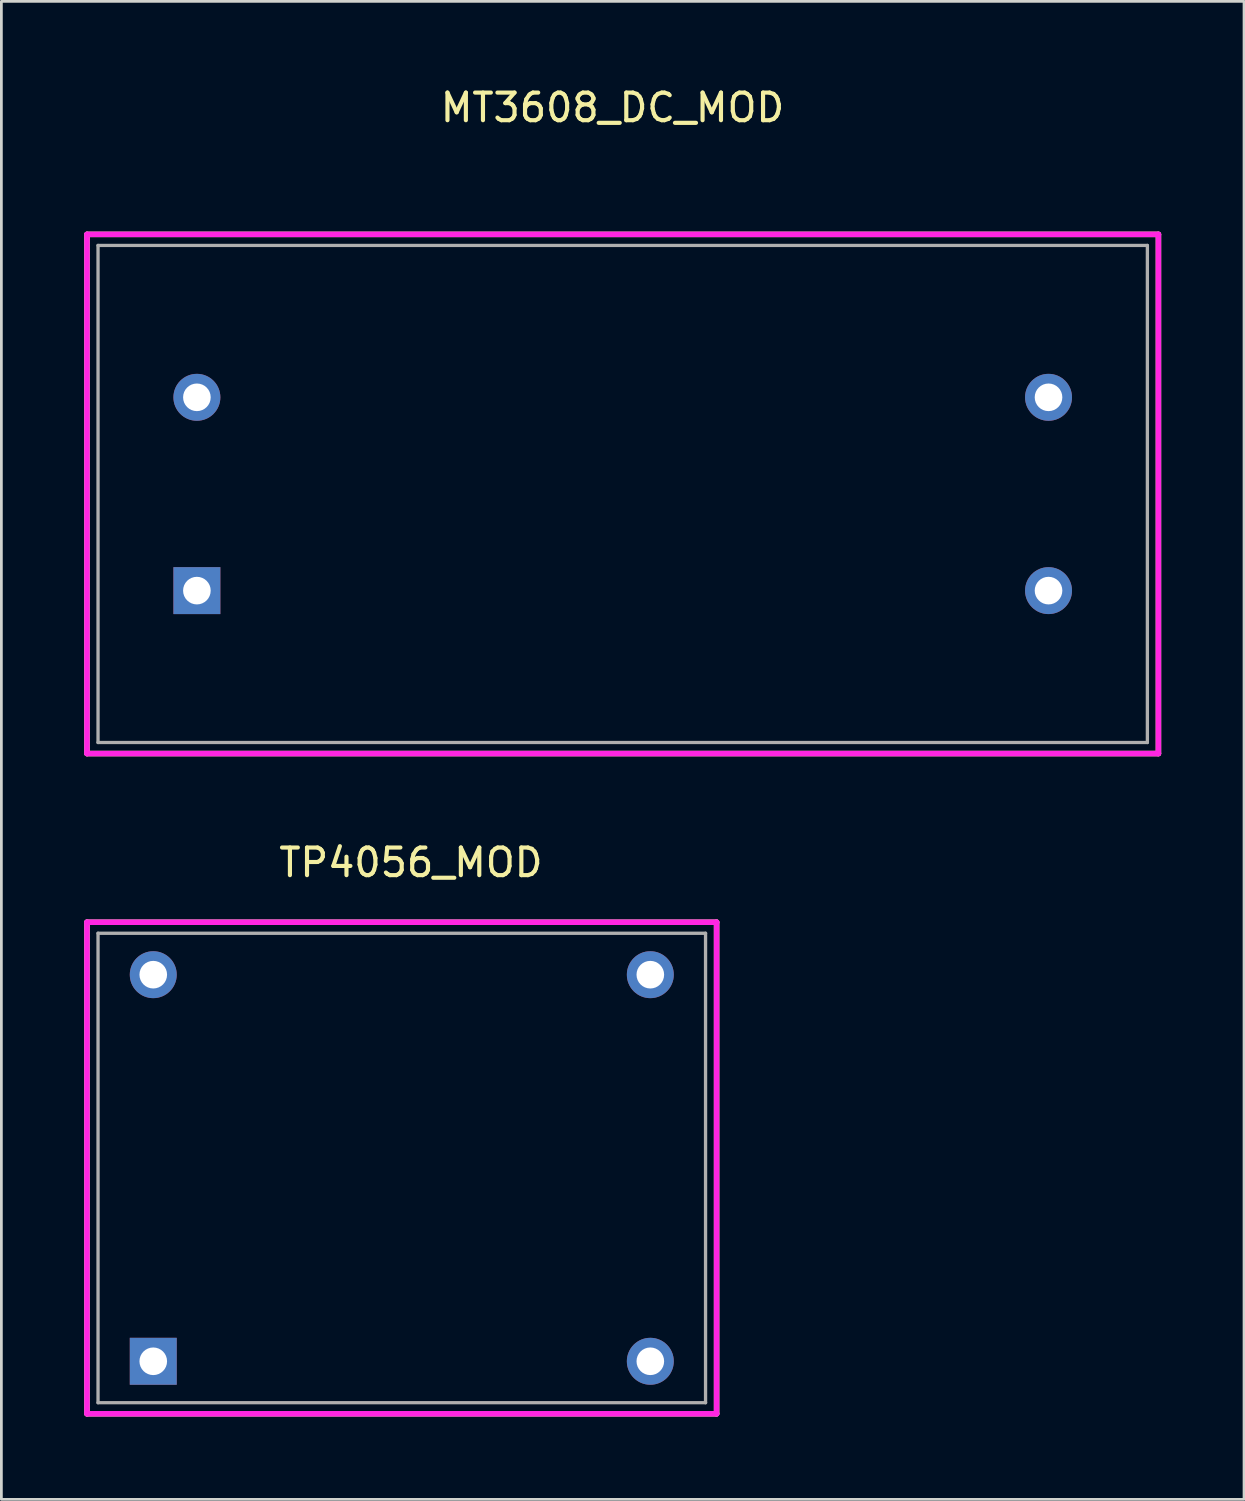
<source format=kicad_pcb>
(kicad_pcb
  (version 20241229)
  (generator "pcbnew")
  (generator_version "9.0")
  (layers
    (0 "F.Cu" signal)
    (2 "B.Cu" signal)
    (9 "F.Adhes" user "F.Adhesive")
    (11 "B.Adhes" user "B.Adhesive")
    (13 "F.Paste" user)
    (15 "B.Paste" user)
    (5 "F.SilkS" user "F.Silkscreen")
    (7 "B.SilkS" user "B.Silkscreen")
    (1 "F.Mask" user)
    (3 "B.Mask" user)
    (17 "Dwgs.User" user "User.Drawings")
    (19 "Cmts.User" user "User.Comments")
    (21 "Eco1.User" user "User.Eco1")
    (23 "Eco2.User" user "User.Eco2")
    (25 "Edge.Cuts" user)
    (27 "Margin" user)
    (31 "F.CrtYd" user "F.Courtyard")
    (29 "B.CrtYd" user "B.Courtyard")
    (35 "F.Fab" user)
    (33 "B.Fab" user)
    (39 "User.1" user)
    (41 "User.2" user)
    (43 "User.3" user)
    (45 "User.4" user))
  (footprint "TP4056_MOD"
    (layer "F.Cu")
    (at 11.5 39.246)
    (property "Reference" "TP4056_MOD" (at 0.33 -11.06 0) (layer "F.SilkS") (effects (font (size 1 1) (thickness 0.15))))
    (attr through_hole)
    (fp_line (start -11.4 -8.9) (end -11.4 8.9) (stroke (width 0.2) (type solid)) (layer "F.SilkS"))
    (fp_line (start -11.4 -8.9) (end 11.4 -8.9) (stroke (width 0.2) (type solid)) (layer "F.SilkS"))
    (fp_line (start -11.4 8.9) (end 11.4 8.9) (stroke (width 0.2) (type solid)) (layer "F.SilkS"))
    (fp_line (start 11.4 -8.9) (end 11.4 8.9) (stroke (width 0.2) (type solid)) (layer "F.SilkS"))
    (fp_line (start -11.4 -8.9) (end -11.4 8.9) (stroke (width 0.2) (type solid)) (layer "F.CrtYd"))
    (fp_line (start -11.4 -8.9) (end 11.4 -8.9) (stroke (width 0.2) (type solid)) (layer "F.CrtYd"))
    (fp_line (start -11.4 8.9) (end 11.4 8.9) (stroke (width 0.2) (type solid)) (layer "F.CrtYd"))
    (fp_line (start 11.4 -8.9) (end 11.4 8.9) (stroke (width 0.2) (type solid)) (layer "F.CrtYd"))
    (fp_line (start -11 -8.5) (end -11 8.5) (stroke (width 0.12) (type solid)) (layer "F.Fab"))
    (fp_line (start -11 -8.5) (end 11 -8.5) (stroke (width 0.12) (type solid)) (layer "F.Fab"))
    (fp_line (start -11 8.5) (end 11 8.5) (stroke (width 0.12) (type solid)) (layer "F.Fab"))
    (fp_line (start 11 -8.5) (end 11 8.5) (stroke (width 0.12) (type solid)) (layer "F.Fab"))
    (pad "1" thru_hole rect (at -9 7) (size 1.7 1.7) (drill 1) (layers "*.Cu" "*.Mask"))
    (pad "2" thru_hole circle (at 9 7) (size 1.7 1.7) (drill 1) (layers "*.Cu" "*.Mask"))
    (pad "3" thru_hole circle (at 9 -7) (size 1.7 1.7) (drill 1) (layers "*.Cu" "*.Mask"))
    (pad "4" thru_hole circle (at -9 -7) (size 1.7 1.7) (drill 1) (layers "*.Cu" "*.Mask")))
  (footprint "MT3608_DC_MOD"
    (layer "F.Cu")
    (at 19.5 14.838)
    (property "Reference" "MT3608_DC_MOD" (at -0.37 -13.99 0) (layer "F.SilkS") (effects (font (size 1 1) (thickness 0.15))))
    (attr smd)
    (fp_line (start -19.4 -9.4) (end -19.4 9.4) (stroke (width 0.2) (type solid)) (layer "F.SilkS"))
    (fp_line (start -19.4 -9.4) (end 19.4 -9.4) (stroke (width 0.2) (type solid)) (layer "F.SilkS"))
    (fp_line (start -19.4 9.4) (end 19.4 9.4) (stroke (width 0.2) (type solid)) (layer "F.SilkS"))
    (fp_line (start 19.4 -9.4) (end 19.4 9.4) (stroke (width 0.2) (type solid)) (layer "F.SilkS"))
    (fp_line (start -19.4 -9.4) (end -19.4 9.4) (stroke (width 0.2) (type solid)) (layer "F.CrtYd"))
    (fp_line (start -19.4 -9.4) (end 19.4 -9.4) (stroke (width 0.2) (type solid)) (layer "F.CrtYd"))
    (fp_line (start 19.4 -9.4) (end 19.4 9.4) (stroke (width 0.2) (type solid)) (layer "F.CrtYd"))
    (fp_line (start 19.4 9.4) (end -19.4 9.4) (stroke (width 0.2) (type solid)) (layer "F.CrtYd"))
    (fp_line (start -19 -9) (end -19 9) (stroke (width 0.12) (type solid)) (layer "F.Fab"))
    (fp_line (start -19 -9) (end 19 -9) (stroke (width 0.12) (type solid)) (layer "F.Fab"))
    (fp_line (start -19 9) (end 19 9) (stroke (width 0.12) (type solid)) (layer "F.Fab"))
    (fp_line (start 19 -9) (end 19 9) (stroke (width 0.12) (type solid)) (layer "F.Fab"))
    (pad "1" thru_hole rect (at -15.42 3.5) (size 1.7 1.7) (drill 1) (layers "*.Cu" "*.Mask"))
    (pad "2" thru_hole circle (at 15.42 3.5) (size 1.7 1.7) (drill 1) (layers "*.Cu" "*.Mask"))
    (pad "3" thru_hole circle (at 15.42 -3.5) (size 1.7 1.7) (drill 1) (layers "*.Cu" "*.Mask"))
    (pad "4" thru_hole circle (at -15.42 -3.5) (size 1.7 1.7) (drill 1) (layers "*.Cu" "*.Mask")))
  (gr_rect
    (start -3 -3)
    (end 42 51.246)
    (stroke (width 0.1) (type default))
    (fill no)
    (layer "Edge.Cuts")))
</source>
